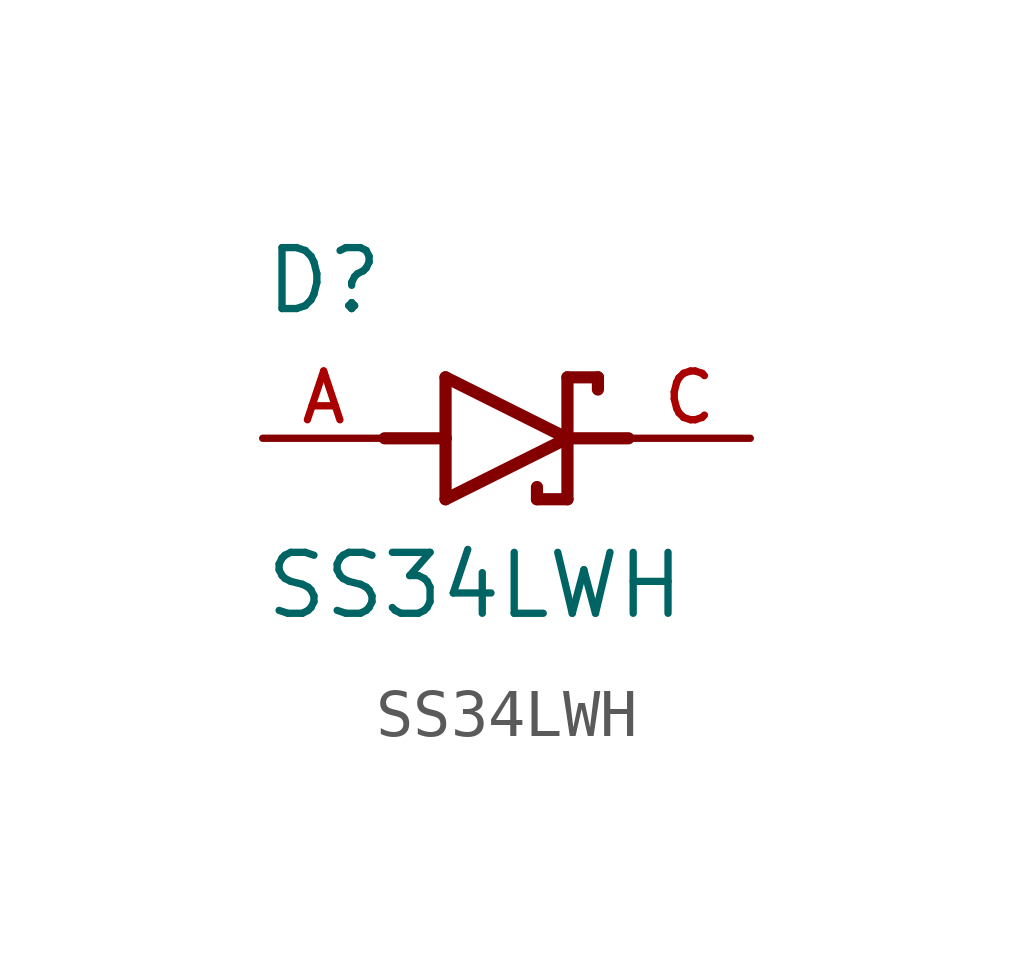
<source format=kicad_sym>
(kicad_symbol_lib
  (version 20211014)
  (generator kicad_symbol_editor)
  (symbol "SS34LWH"
    (pin_names
      (offset 1.016))
    (property "Reference" "D"
      (at -5.08 2.54 0)
      (effects (font (size 1.27 1.27)) (justify bottom left)))
    (property "Value" "SS34LWH"
      (at -5.08 -3.81 0)
      (effects (font (size 1.27 1.27)) (justify bottom left)))
    (symbol "SS34LWH_0_0"
      (polyline (pts (xy -1.27 -1.27) (xy 1.27 0.0)) (stroke (width 0.254)))
      (polyline (pts (xy 1.27 0.0) (xy -1.27 1.27)) (stroke (width 0.254)))
      (polyline (pts (xy 1.905 1.27) (xy 1.27 1.27)) (stroke (width 0.254)))
      (polyline (pts (xy 1.27 1.27) (xy 1.27 0.0)) (stroke (width 0.254)))
      (polyline (pts (xy -1.27 1.27) (xy -1.27 0.0)) (stroke (width 0.254)))
      (polyline (pts (xy -1.27 0.0) (xy -1.27 -1.27)) (stroke (width 0.254)))
      (polyline (pts (xy 1.27 0.0) (xy 1.27 -1.27)) (stroke (width 0.254)))
      (polyline (pts (xy 1.905 1.27) (xy 1.905 1.016)) (stroke (width 0.254)))
      (polyline (pts (xy 1.27 -1.27) (xy 0.635 -1.27)) (stroke (width 0.254)))
      (polyline (pts (xy 0.635 -1.016) (xy 0.635 -1.27)) (stroke (width 0.254)))
      (polyline (pts (xy -2.54 0.0) (xy -1.27 0.0)) (stroke (width 0.254)))
      (polyline (pts (xy 2.54 0.0) (xy 1.27 0.0)) (stroke (width 0.254)))
      (pin passive line (at 5.08 0.0 180.0) (length 2.54) (name "~" (effects (font (size 1.016 1.016)))) (number "C" (effects (font (size 1.016 1.016)))))
      (pin passive line (at -5.08 0.0 0) (length 2.54) (name "~" (effects (font (size 1.016 1.016)))) (number "A" (effects (font (size 1.016 1.016))))))))
</source>
